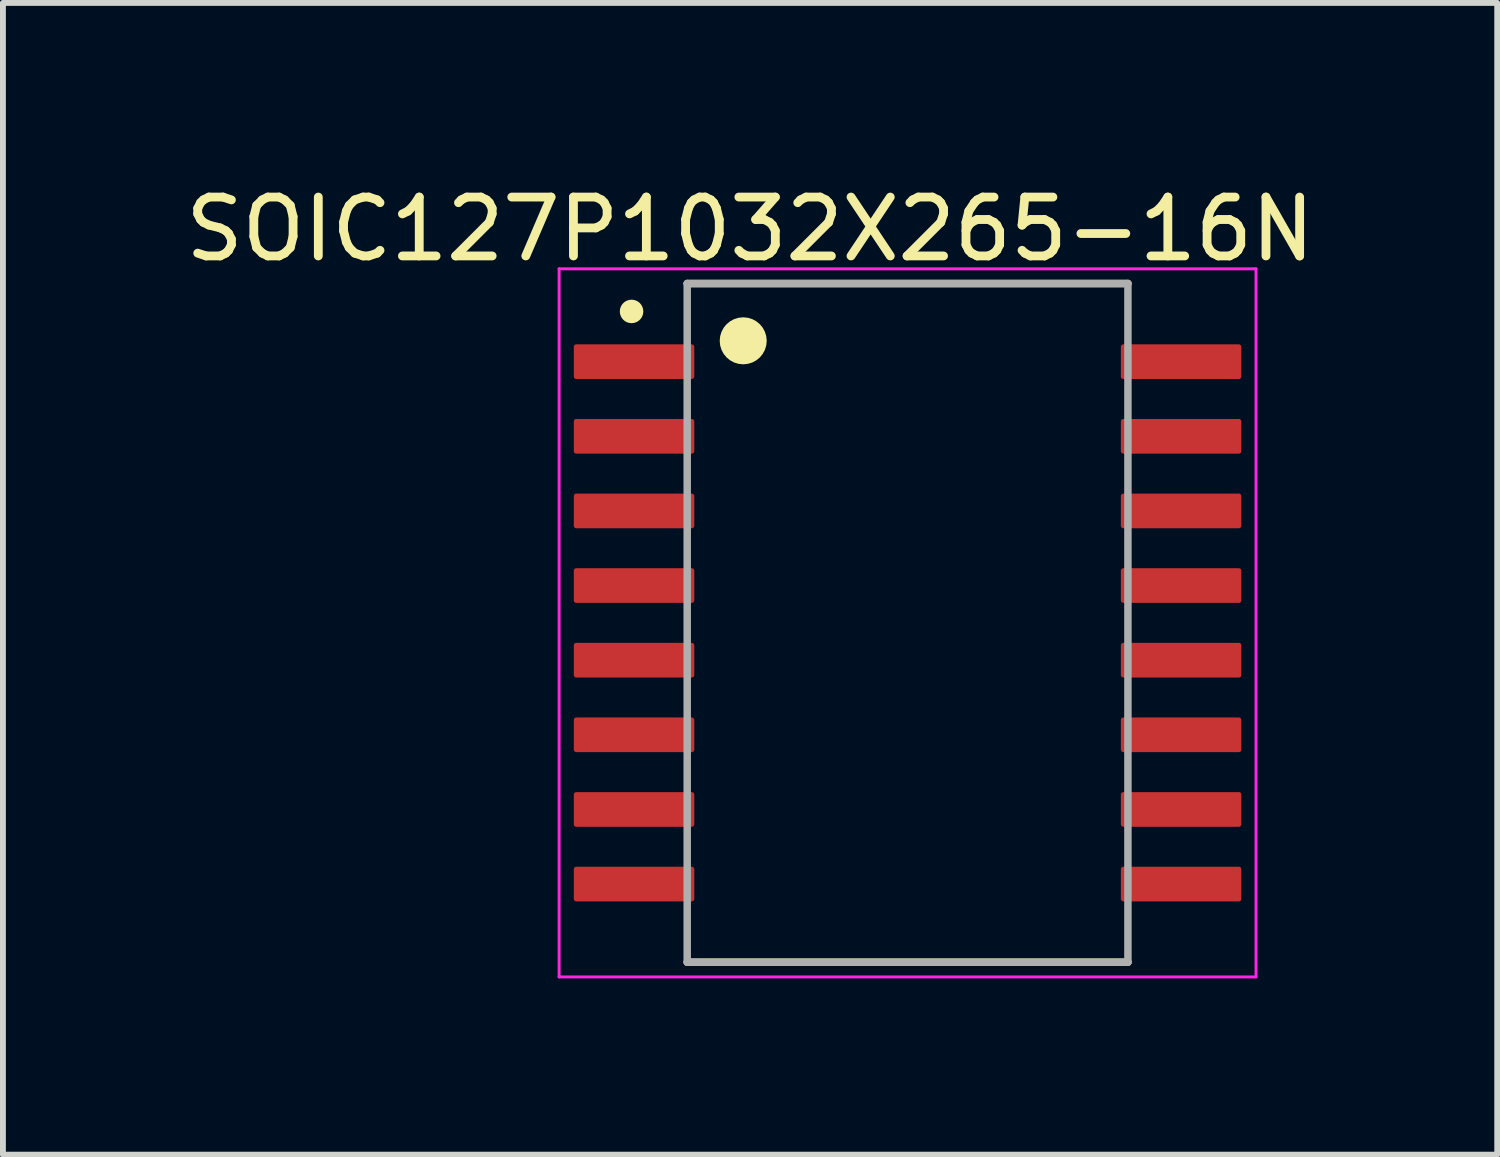
<source format=kicad_pcb>
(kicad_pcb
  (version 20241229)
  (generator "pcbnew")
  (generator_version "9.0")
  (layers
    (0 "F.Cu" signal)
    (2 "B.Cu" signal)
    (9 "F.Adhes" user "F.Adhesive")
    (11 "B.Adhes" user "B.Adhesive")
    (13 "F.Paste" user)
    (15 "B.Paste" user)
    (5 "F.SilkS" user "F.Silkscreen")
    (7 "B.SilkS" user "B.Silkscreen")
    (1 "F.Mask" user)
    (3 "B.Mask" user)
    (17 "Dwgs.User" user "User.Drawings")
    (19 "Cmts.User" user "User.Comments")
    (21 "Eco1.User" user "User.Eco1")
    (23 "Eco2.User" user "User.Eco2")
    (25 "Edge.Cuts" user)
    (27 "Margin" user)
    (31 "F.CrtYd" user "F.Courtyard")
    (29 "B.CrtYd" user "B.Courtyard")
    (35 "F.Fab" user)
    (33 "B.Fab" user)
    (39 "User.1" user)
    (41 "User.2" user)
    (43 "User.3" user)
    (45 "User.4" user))
  (footprint "SOIC127P1032X265-16N"
    (layer "F.Cu")
    (at 12.395 7.55)
    (property "Reference" "SOIC127P1032X265-16N" (at -2.68 -6.7 0) (layer "F.SilkS") (effects (font (size 1.002 1.002) (thickness 0.15))))
    (attr smd)
    (fp_line (start -3.75 -5.775) (end 3.75 -5.775) (stroke (width 0.127) (type solid)) (layer "F.SilkS"))
    (fp_line (start -3.75 5.775) (end 3.75 5.775) (stroke (width 0.127) (type solid)) (layer "F.SilkS"))
    (fp_circle (center -4.697 -5.3) (end -4.597 -5.3) (stroke (width 0.2) (type solid)) (fill no) (layer "F.SilkS"))
    (fp_circle (center -2.797 -4.8) (end -2.597 -4.8) (stroke (width 0.4) (type solid)) (fill no) (layer "F.SilkS"))
    (fp_line (start -5.93 -6.025) (end -5.93 6.025) (stroke (width 0.05) (type solid)) (layer "F.CrtYd"))
    (fp_line (start -5.93 -6.025) (end 5.93 -6.025) (stroke (width 0.05) (type solid)) (layer "F.CrtYd"))
    (fp_line (start -5.93 6.025) (end 5.93 6.025) (stroke (width 0.05) (type solid)) (layer "F.CrtYd"))
    (fp_line (start 5.93 -6.025) (end 5.93 6.025) (stroke (width 0.05) (type solid)) (layer "F.CrtYd"))
    (fp_line (start -3.75 -5.775) (end -3.75 5.775) (stroke (width 0.127) (type solid)) (layer "F.Fab"))
    (fp_line (start -3.75 -5.775) (end 3.75 -5.775) (stroke (width 0.127) (type solid)) (layer "F.Fab"))
    (fp_line (start -3.75 5.775) (end 3.75 5.775) (stroke (width 0.127) (type solid)) (layer "F.Fab"))
    (fp_line (start 3.75 -5.775) (end 3.75 5.775) (stroke (width 0.127) (type solid)) (layer "F.Fab"))
    (pad "1" smd roundrect (at -4.655 -4.445) (size 2.05 0.59) (layers "F.Cu" "F.Mask" "F.Paste") (roundrect_rratio 0.07))
    (pad "2" smd roundrect (at -4.655 -3.175) (size 2.05 0.59) (layers "F.Cu" "F.Mask" "F.Paste") (roundrect_rratio 0.07))
    (pad "3" smd roundrect (at -4.655 -1.905) (size 2.05 0.59) (layers "F.Cu" "F.Mask" "F.Paste") (roundrect_rratio 0.07))
    (pad "4" smd roundrect (at -4.655 -0.635) (size 2.05 0.59) (layers "F.Cu" "F.Mask" "F.Paste") (roundrect_rratio 0.07))
    (pad "5" smd roundrect (at -4.655 0.635) (size 2.05 0.59) (layers "F.Cu" "F.Mask" "F.Paste") (roundrect_rratio 0.07))
    (pad "6" smd roundrect (at -4.655 1.905) (size 2.05 0.59) (layers "F.Cu" "F.Mask" "F.Paste") (roundrect_rratio 0.07))
    (pad "7" smd roundrect (at -4.655 3.175) (size 2.05 0.59) (layers "F.Cu" "F.Mask" "F.Paste") (roundrect_rratio 0.07))
    (pad "8" smd roundrect (at -4.655 4.445) (size 2.05 0.59) (layers "F.Cu" "F.Mask" "F.Paste") (roundrect_rratio 0.07))
    (pad "9" smd roundrect (at 4.655 4.445) (size 2.05 0.59) (layers "F.Cu" "F.Mask" "F.Paste") (roundrect_rratio 0.07))
    (pad "10" smd roundrect (at 4.655 3.175) (size 2.05 0.59) (layers "F.Cu" "F.Mask" "F.Paste") (roundrect_rratio 0.07))
    (pad "11" smd roundrect (at 4.655 1.905) (size 2.05 0.59) (layers "F.Cu" "F.Mask" "F.Paste") (roundrect_rratio 0.07))
    (pad "12" smd roundrect (at 4.655 0.635) (size 2.05 0.59) (layers "F.Cu" "F.Mask" "F.Paste") (roundrect_rratio 0.07))
    (pad "13" smd roundrect (at 4.655 -0.635) (size 2.05 0.59) (layers "F.Cu" "F.Mask" "F.Paste") (roundrect_rratio 0.07))
    (pad "14" smd roundrect (at 4.655 -1.905) (size 2.05 0.59) (layers "F.Cu" "F.Mask" "F.Paste") (roundrect_rratio 0.07))
    (pad "15" smd roundrect (at 4.655 -3.175) (size 2.05 0.59) (layers "F.Cu" "F.Mask" "F.Paste") (roundrect_rratio 0.07))
    (pad "16" smd roundrect (at 4.655 -4.445) (size 2.05 0.59) (layers "F.Cu" "F.Mask" "F.Paste") (roundrect_rratio 0.07)))
  (gr_rect
    (start -3 -3)
    (end 22.43 16.6)
    (stroke (width 0.1) (type default))
    (fill no)
    (layer "Edge.Cuts")))
</source>
